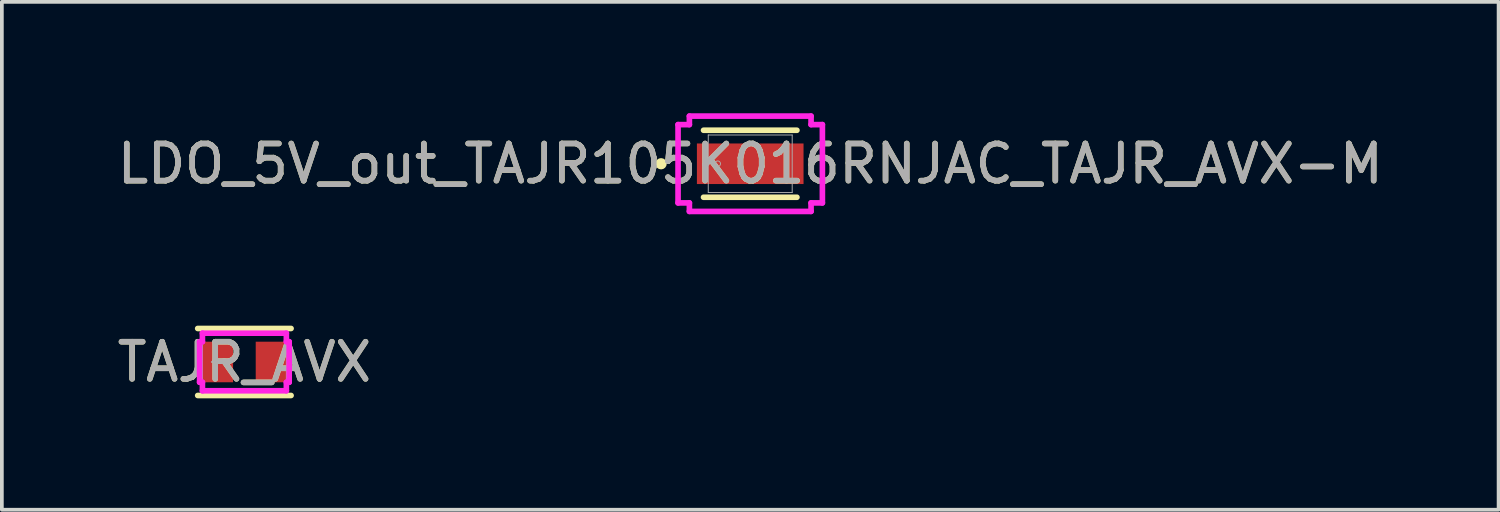
<source format=kicad_pcb>
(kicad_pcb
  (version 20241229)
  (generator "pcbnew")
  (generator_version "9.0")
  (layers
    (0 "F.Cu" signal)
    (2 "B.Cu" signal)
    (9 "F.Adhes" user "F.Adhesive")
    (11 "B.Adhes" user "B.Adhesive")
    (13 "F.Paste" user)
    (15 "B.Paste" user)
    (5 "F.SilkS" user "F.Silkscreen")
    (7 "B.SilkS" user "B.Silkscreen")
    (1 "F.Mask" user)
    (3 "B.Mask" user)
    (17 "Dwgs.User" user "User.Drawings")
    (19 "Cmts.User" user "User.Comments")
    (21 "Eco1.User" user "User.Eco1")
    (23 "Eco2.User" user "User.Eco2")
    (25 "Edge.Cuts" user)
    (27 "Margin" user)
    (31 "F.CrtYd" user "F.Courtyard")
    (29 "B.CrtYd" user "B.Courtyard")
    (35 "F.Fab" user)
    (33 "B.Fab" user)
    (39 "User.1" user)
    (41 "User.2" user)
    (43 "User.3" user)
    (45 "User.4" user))
  (footprint "TAJR_AVX"
    (layer "F.Cu")
    (at 3.53 6.696)
    (property "Reference" "TAJR_AVX" (at 0 0 0) (unlocked yes) (layer "F.SilkS") (effects (font (size 1 1) (thickness 0.15))))
    (attr smd)
    (fp_line (start -1.257 0.902) (end 1.257 0.902) (stroke (width 0.152) (type solid)) (layer "F.SilkS"))
    (fp_line (start 1.257 -0.902) (end -1.257 -0.902) (stroke (width 0.152) (type solid)) (layer "F.SilkS"))
    (fp_line (start -1.206 -0.546) (end -1.13 -0.546) (stroke (width 0.152) (type solid)) (layer "F.CrtYd"))
    (fp_line (start -1.206 0.546) (end -1.206 -0.546) (stroke (width 0.152) (type solid)) (layer "F.CrtYd"))
    (fp_line (start -1.13 -0.775) (end 1.13 -0.775) (stroke (width 0.152) (type solid)) (layer "F.CrtYd"))
    (fp_line (start -1.13 -0.546) (end -1.13 -0.775) (stroke (width 0.152) (type solid)) (layer "F.CrtYd"))
    (fp_line (start -1.13 0.546) (end -1.206 0.546) (stroke (width 0.152) (type solid)) (layer "F.CrtYd"))
    (fp_line (start -1.13 0.775) (end -1.13 0.546) (stroke (width 0.152) (type solid)) (layer "F.CrtYd"))
    (fp_line (start 1.13 -0.775) (end 1.13 -0.546) (stroke (width 0.152) (type solid)) (layer "F.CrtYd"))
    (fp_line (start 1.13 -0.546) (end 1.206 -0.546) (stroke (width 0.152) (type solid)) (layer "F.CrtYd"))
    (fp_line (start 1.13 0.546) (end 1.13 0.775) (stroke (width 0.152) (type solid)) (layer "F.CrtYd"))
    (fp_line (start 1.13 0.775) (end -1.13 0.775) (stroke (width 0.152) (type solid)) (layer "F.CrtYd"))
    (fp_line (start 1.206 -0.546) (end 1.206 0.546) (stroke (width 0.152) (type solid)) (layer "F.CrtYd"))
    (fp_line (start 1.206 0.546) (end 1.13 0.546) (stroke (width 0.152) (type solid)) (layer "F.CrtYd"))
    (fp_line (start -1.13 -0.775) (end -1.13 0.775) (stroke (width 0.025) (type solid)) (layer "F.Fab"))
    (fp_line (start -1.13 0.775) (end 1.13 0.775) (stroke (width 0.025) (type solid)) (layer "F.Fab"))
    (fp_line (start 1.13 -0.775) (end -1.13 -0.775) (stroke (width 0.025) (type solid)) (layer "F.Fab"))
    (fp_line (start 1.13 0.775) (end 1.13 -0.775) (stroke (width 0.025) (type solid)) (layer "F.Fab"))
    (fp_circle (center -0.876 0) (end -0.876 0) (stroke (width 0.025) (type solid)) (fill no) (layer "F.Fab"))
    (fp_text user "${REFERENCE}" (at 0 0 0) (unlocked yes) (layer "F.Fab") (effects (font (size 1 1) (thickness 0.15))))
    (pad "1" smd rect (at -0.756 0 90) (size 1.092 0.902) (layers "F.Cu" "F.Mask" "F.Paste"))
    (pad "2" smd rect (at 0.756 0 90) (size 1.092 0.902) (layers "F.Cu" "F.Mask" "F.Paste"))
    (zone (net_name "") (layer "F.Cu") (hatch full 0.508) (connect_pads) (min_thickness 0.254) (filled_areas_thickness no) (keepout (tracks not_allowed) (vias not_allowed) (pads allowed) (copperpour not_allowed) (footprints allowed)) (placement (enabled no)) (fill) (polygon (pts (xy 2.45 5.972) (xy 4.609 5.972) (xy 4.609 6.099) (xy 2.45 6.099))))
    (zone (net_name "") (layer "F.Cu") (hatch full 0.508) (connect_pads) (min_thickness 0.254) (filled_areas_thickness no) (keepout (tracks not_allowed) (vias not_allowed) (pads allowed) (copperpour not_allowed) (footprints allowed)) (placement (enabled no)) (fill) (polygon (pts (xy 2.45 7.293) (xy 4.609 7.293) (xy 4.609 7.42) (xy 2.45 7.42))))
    (zone (net_name "") (layer "F.Cu") (hatch full 0.508) (connect_pads) (min_thickness 0.254) (filled_areas_thickness no) (keepout (tracks not_allowed) (vias not_allowed) (pads allowed) (copperpour not_allowed) (footprints allowed)) (placement (enabled no)) (fill) (polygon (pts (xy 3.276 6.099) (xy 3.784 6.099) (xy 3.784 7.293) (xy 3.276 7.293)))))
  (footprint "LDO_5V_out_TAJR105K016RNJAC_TAJR_AVX-M"
    (layer "F.Cu")
    (at 17.149 1.359)
    (property "Reference" "LDO_5V_out_TAJR105K016RNJAC_TAJR_AVX-M" (at 0 0 0) (unlocked yes) (layer "F.SilkS") (effects (font (size 1 1) (thickness 0.15))))
    (attr smd)
    (fp_line (start -1.257 0.902) (end 1.257 0.902) (stroke (width 0.152) (type solid)) (layer "F.SilkS"))
    (fp_line (start 1.257 -0.902) (end -1.257 -0.902) (stroke (width 0.152) (type solid)) (layer "F.SilkS"))
    (fp_circle (center -2.4 0) (end -2.324 0) (stroke (width 0.152) (type solid)) (fill no) (layer "F.SilkS"))
    (fp_line (start -1.943 -1.054) (end -1.638 -1.054) (stroke (width 0.152) (type solid)) (layer "F.CrtYd"))
    (fp_line (start -1.943 1.054) (end -1.943 -1.054) (stroke (width 0.152) (type solid)) (layer "F.CrtYd"))
    (fp_line (start -1.638 -1.283) (end 1.638 -1.283) (stroke (width 0.152) (type solid)) (layer "F.CrtYd"))
    (fp_line (start -1.638 -1.054) (end -1.638 -1.283) (stroke (width 0.152) (type solid)) (layer "F.CrtYd"))
    (fp_line (start -1.638 1.054) (end -1.943 1.054) (stroke (width 0.152) (type solid)) (layer "F.CrtYd"))
    (fp_line (start -1.638 1.283) (end -1.638 1.054) (stroke (width 0.152) (type solid)) (layer "F.CrtYd"))
    (fp_line (start 1.638 -1.283) (end 1.638 -1.054) (stroke (width 0.152) (type solid)) (layer "F.CrtYd"))
    (fp_line (start 1.638 -1.054) (end 1.943 -1.054) (stroke (width 0.152) (type solid)) (layer "F.CrtYd"))
    (fp_line (start 1.638 1.054) (end 1.638 1.283) (stroke (width 0.152) (type solid)) (layer "F.CrtYd"))
    (fp_line (start 1.638 1.283) (end -1.638 1.283) (stroke (width 0.152) (type solid)) (layer "F.CrtYd"))
    (fp_line (start 1.943 -1.054) (end 1.943 1.054) (stroke (width 0.152) (type solid)) (layer "F.CrtYd"))
    (fp_line (start 1.943 1.054) (end 1.638 1.054) (stroke (width 0.152) (type solid)) (layer "F.CrtYd"))
    (fp_line (start -1.13 -0.775) (end -1.13 0.775) (stroke (width 0.025) (type solid)) (layer "F.Fab"))
    (fp_line (start -1.13 0.775) (end 1.13 0.775) (stroke (width 0.025) (type solid)) (layer "F.Fab"))
    (fp_line (start 1.13 -0.775) (end -1.13 -0.775) (stroke (width 0.025) (type solid)) (layer "F.Fab"))
    (fp_line (start 1.13 0.775) (end 1.13 -0.775) (stroke (width 0.025) (type solid)) (layer "F.Fab"))
    (fp_circle (center -0.876 0) (end -0.8 0) (stroke (width 0.025) (type solid)) (fill no) (layer "F.Fab"))
    (fp_text user "${REFERENCE}" (at 0 0 0) (unlocked yes) (layer "F.Fab") (effects (font (size 1 1) (thickness 0.15))))
    (pad "1" smd rect (at -0.706 0 90) (size 1.092 1.459) (layers "F.Cu" "F.Mask" "F.Paste"))
    (pad "2" smd rect (at 0.706 0 90) (size 1.092 1.459) (layers "F.Cu" "F.Mask" "F.Paste"))
    (zone (net_name "") (layer "F.Cu") (hatch full 0.508) (connect_pads) (min_thickness 0.254) (filled_areas_thickness no) (keepout (tracks not_allowed) (vias not_allowed) (pads allowed) (copperpour not_allowed) (footprints allowed)) (placement (enabled no)) (fill) (polygon (pts (xy 16.069 0.635) (xy 18.228 0.635) (xy 18.228 0.762) (xy 16.069 0.762))))
    (zone (net_name "") (layer "F.Cu") (hatch full 0.508) (connect_pads) (min_thickness 0.254) (filled_areas_thickness no) (keepout (tracks not_allowed) (vias not_allowed) (pads allowed) (copperpour not_allowed) (footprints allowed)) (placement (enabled no)) (fill) (polygon (pts (xy 16.069 1.956) (xy 18.228 1.956) (xy 18.228 2.083) (xy 16.069 2.083))))
    (zone (net_name "") (layer "F.Cu") (hatch full 0.508) (connect_pads) (min_thickness 0.254) (filled_areas_thickness no) (keepout (tracks not_allowed) (vias not_allowed) (pads allowed) (copperpour not_allowed) (footprints allowed)) (placement (enabled no)) (fill) (polygon (pts (xy 17.274 0.762) (xy 17.023 0.762) (xy 17.023 1.956) (xy 17.274 1.956)))))
  (gr_rect
    (start -3 -3)
    (end 37.298 10.674)
    (stroke (width 0.1) (type default))
    (fill no)
    (layer "Edge.Cuts")))
</source>
